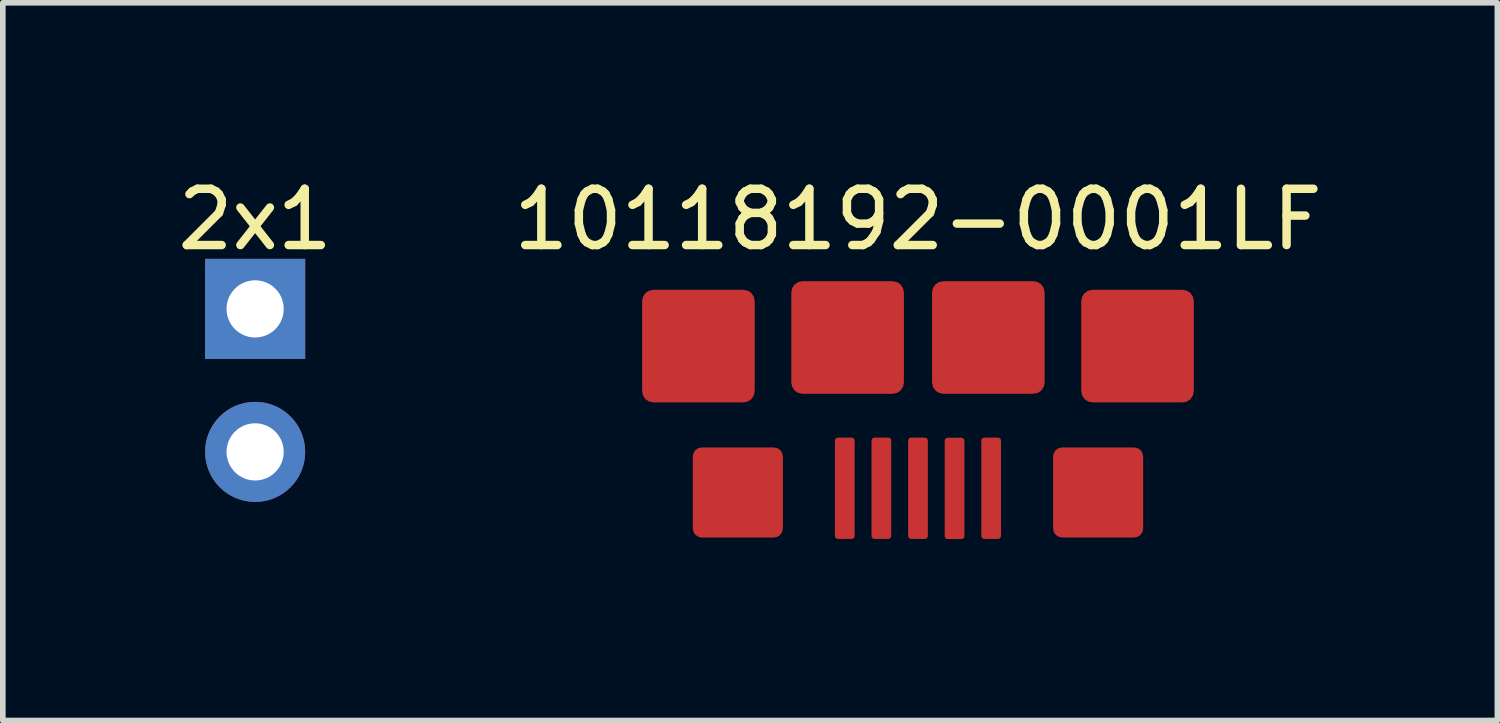
<source format=kicad_pcb>
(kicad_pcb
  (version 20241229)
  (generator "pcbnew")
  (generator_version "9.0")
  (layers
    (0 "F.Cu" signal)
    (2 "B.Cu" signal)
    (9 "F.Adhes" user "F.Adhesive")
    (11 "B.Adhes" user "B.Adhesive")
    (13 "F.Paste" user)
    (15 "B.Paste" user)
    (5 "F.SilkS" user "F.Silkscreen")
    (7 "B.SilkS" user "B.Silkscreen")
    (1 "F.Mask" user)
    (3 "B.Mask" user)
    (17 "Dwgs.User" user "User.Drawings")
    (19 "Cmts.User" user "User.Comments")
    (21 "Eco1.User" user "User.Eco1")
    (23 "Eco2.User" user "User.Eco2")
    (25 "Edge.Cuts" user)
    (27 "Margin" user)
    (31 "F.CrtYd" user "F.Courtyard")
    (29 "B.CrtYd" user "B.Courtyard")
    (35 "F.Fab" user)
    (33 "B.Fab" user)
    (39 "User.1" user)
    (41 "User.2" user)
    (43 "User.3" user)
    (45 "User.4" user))
  (footprint "10118192-0001LF"
    (layer "F.Cu")
    (at 13.256 1.798)
    (property "Reference" "10118192-0001LF" (at 0 -0.95 0) (unlocked yes) (layer "F.SilkS") (effects (font (size 1 1) (thickness 0.15))))
    (fp_line (start -3.9 -1.3) (end 3.9 -1.3) (stroke (width 0.1) (type solid)) (layer "Eco2.User"))
    (fp_line (start -3.9 4.9) (end -3.9 -1.3) (stroke (width 0.1) (type solid)) (layer "Eco2.User"))
    (fp_line (start -3.9 4.9) (end 3.9 4.9) (stroke (width 0.1) (type solid)) (layer "Eco2.User"))
    (fp_line (start 3.9 4.9) (end 3.9 -1.3) (stroke (width 0.1) (type solid)) (layer "Eco2.User"))
    (fp_text user "${REFERENCE}" (at -2.4 0.2 0) (unlocked yes) (layer "Eco2.User") (effects (font (face "Avenir LT 45 Book") (size 0.55 0.55) (thickness 0.254)) (justify left bottom)))
    (pad "1" smd roundrect (at 1.3 3.825 180) (size 0.35 1.8) (layers "F.Cu" "F.Mask" "F.Paste") (roundrect_rratio 0.15))
    (pad "2" smd roundrect (at 0.65 3.828 180) (size 0.35 1.8) (layers "F.Cu" "F.Mask" "F.Paste") (roundrect_rratio 0.15))
    (pad "3" smd roundrect (at -0.00001 3.825 180) (size 0.35 1.8) (layers "F.Cu" "F.Mask" "F.Paste") (roundrect_rratio 0.15))
    (pad "4" smd roundrect (at -0.65 3.825 180) (size 0.35 1.8) (layers "F.Cu" "F.Mask" "F.Paste") (roundrect_rratio 0.15))
    (pad "5" smd roundrect (at -1.3 3.825 180) (size 0.35 1.8) (layers "F.Cu" "F.Mask" "F.Paste") (roundrect_rratio 0.15))
    (pad "6" smd roundrect (at -3.9 1.3 180) (size 2 2) (layers "F.Cu" "F.Mask" "F.Paste") (roundrect_rratio 0.1))
    (pad "6" smd roundrect (at -3.2 3.9 180) (size 1.6 1.6) (layers "F.Cu" "F.Mask" "F.Paste") (roundrect_rratio 0.1))
    (pad "6" smd roundrect (at -1.25 1.147 180) (size 2 2) (layers "F.Cu" "F.Mask" "F.Paste") (roundrect_rratio 0.1))
    (pad "6" smd roundrect (at 1.25 1.147 180) (size 2 2) (layers "F.Cu" "F.Mask" "F.Paste") (roundrect_rratio 0.1))
    (pad "6" smd roundrect (at 3.2 3.9 180) (size 1.6 1.6) (layers "F.Cu" "F.Mask" "F.Paste") (roundrect_rratio 0.1))
    (pad "6" smd roundrect (at 3.9 1.3 180) (size 2 2) (layers "F.Cu" "F.Mask" "F.Paste") (roundrect_rratio 0.1)))
  (footprint "2x1"
    (layer "F.Cu")
    (at 1.482 2.437)
    (property "Reference" "2x1" (at 0 -1.589 0) (unlocked yes) (layer "F.SilkS") (effects (font (size 1 1) (thickness 0.15))))
    (pad "1" thru_hole rect (at 0 0) (size 1.778 1.778) (drill 1.016) (layers "*.Cu" "*.Mask"))
    (pad "2" thru_hole circle (at 0 2.54) (size 1.778 1.778) (drill 1.016) (layers "*.Cu" "*.Mask")))
  (gr_rect
    (start -3 -3)
    (end 23.548 9.748)
    (stroke (width 0.1) (type default))
    (fill no)
    (layer "Edge.Cuts")))
</source>
